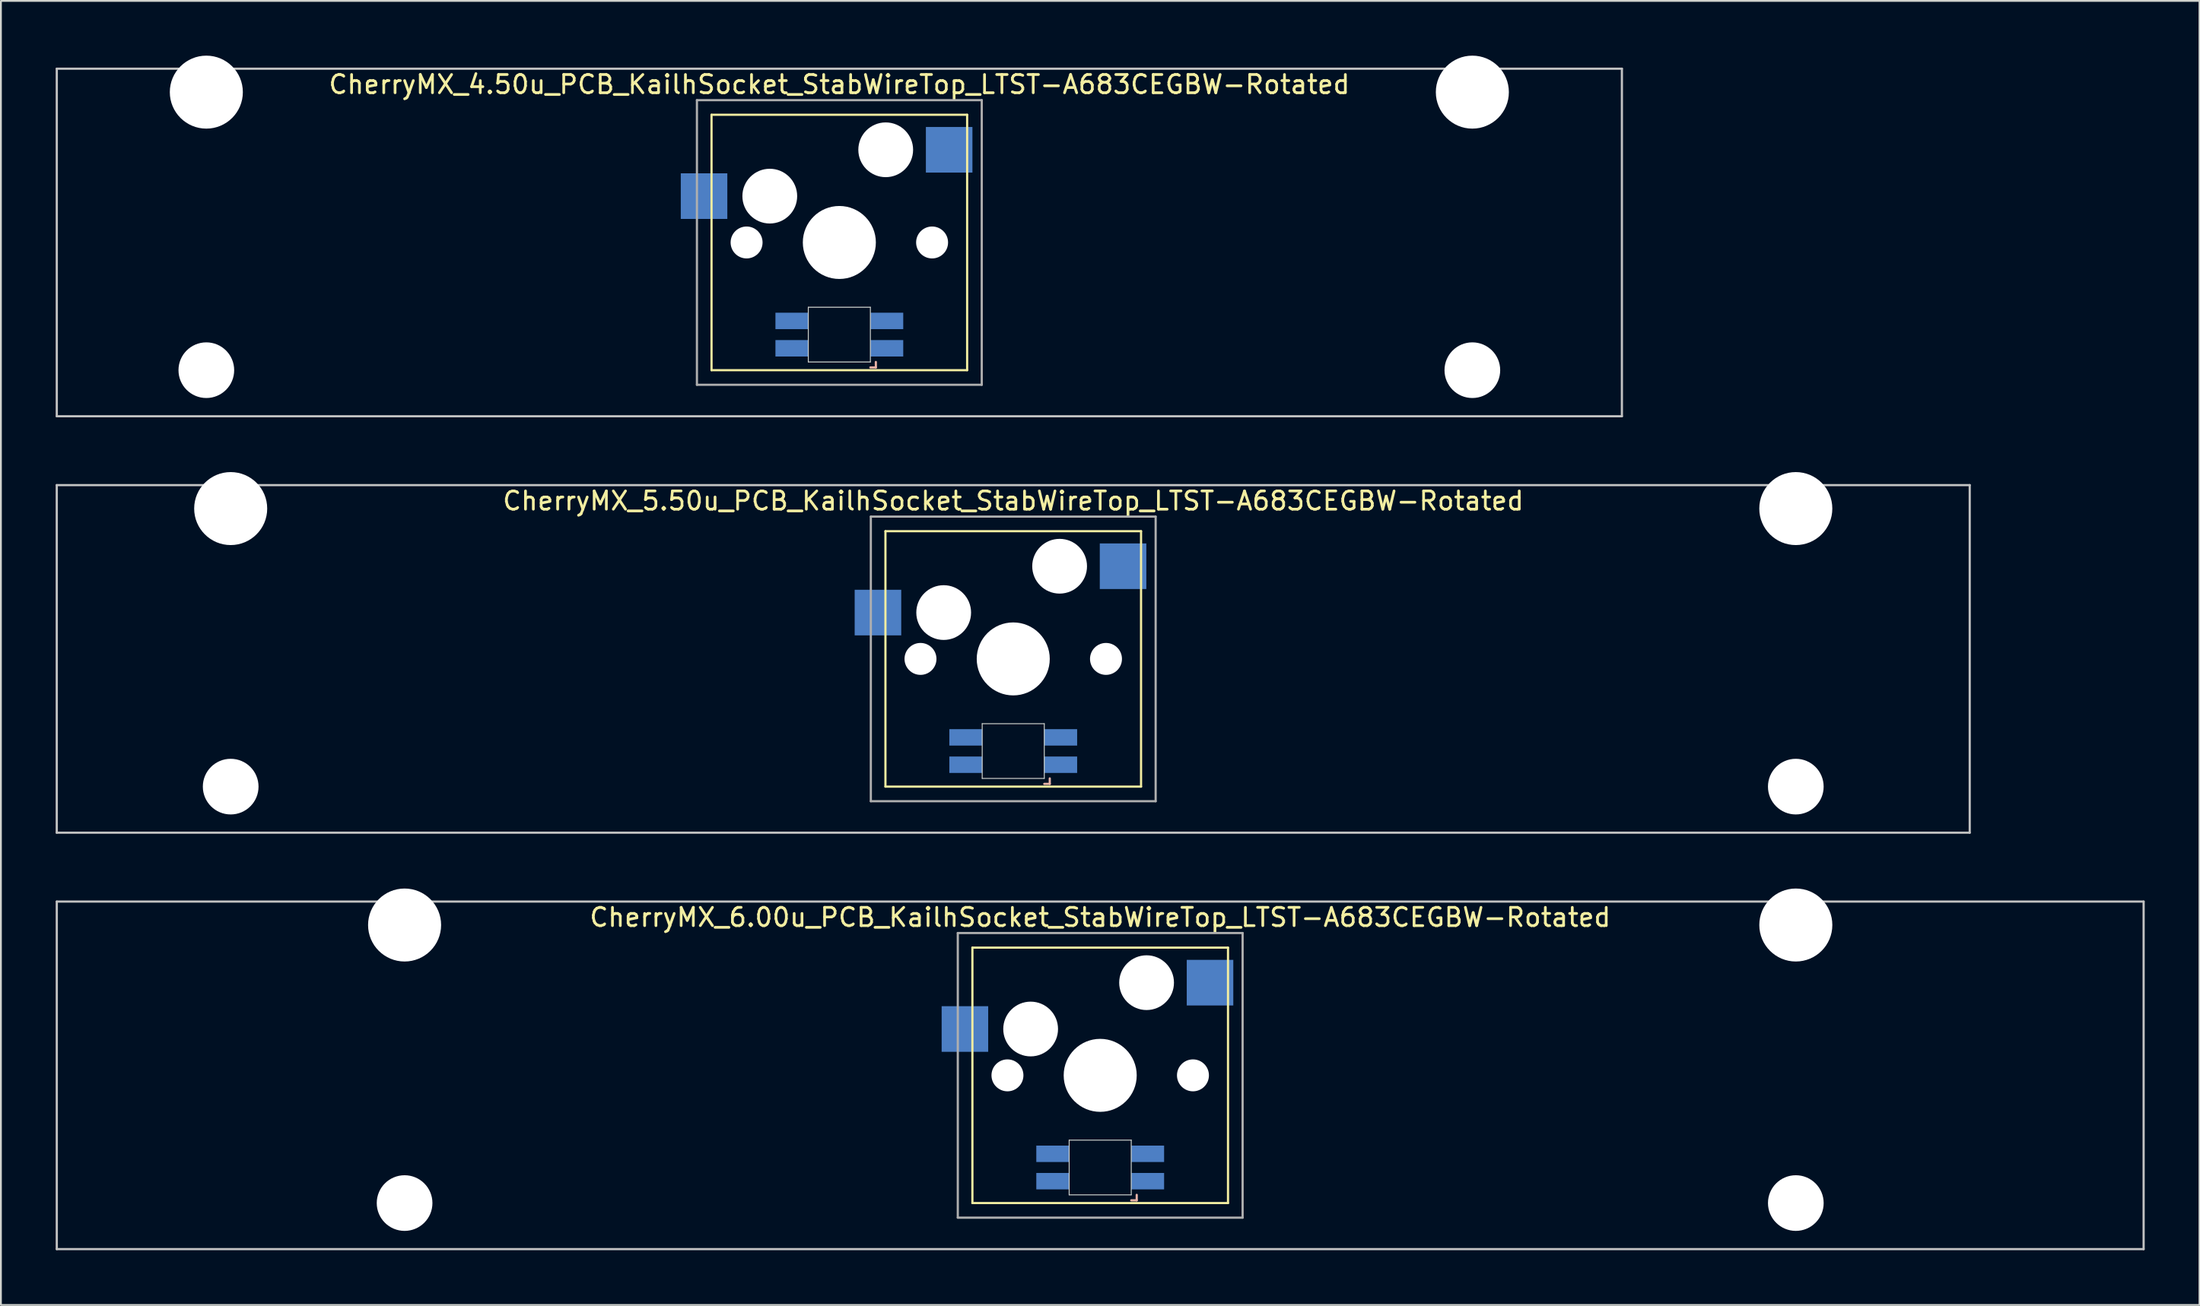
<source format=kicad_pcb>
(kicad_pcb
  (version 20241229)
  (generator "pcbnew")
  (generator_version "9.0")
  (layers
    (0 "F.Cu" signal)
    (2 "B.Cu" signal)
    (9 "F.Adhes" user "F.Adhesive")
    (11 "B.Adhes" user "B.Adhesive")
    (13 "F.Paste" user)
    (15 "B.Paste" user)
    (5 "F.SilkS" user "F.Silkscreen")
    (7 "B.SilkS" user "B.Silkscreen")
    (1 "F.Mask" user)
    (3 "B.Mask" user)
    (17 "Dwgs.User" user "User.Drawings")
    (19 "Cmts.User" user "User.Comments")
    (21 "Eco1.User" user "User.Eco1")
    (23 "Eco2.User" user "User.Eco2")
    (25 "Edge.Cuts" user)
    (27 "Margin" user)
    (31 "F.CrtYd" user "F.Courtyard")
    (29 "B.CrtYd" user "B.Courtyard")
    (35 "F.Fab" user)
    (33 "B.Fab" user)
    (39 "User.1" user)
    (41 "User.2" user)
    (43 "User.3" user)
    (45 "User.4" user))
  (footprint "CherryMX_5.50u_PCB_KailhSocket_StabWireTop_LTST-A683CEGBW-Rotated"
    (layer "F.Cu")
    (at 52.447 33.065)
    (property "Reference" "CherryMX_5.50u_PCB_KailhSocket_StabWireTop_LTST-A683CEGBW-Rotated" (at 0 -8.662 0) (layer "F.SilkS") (effects (font (size 1 1) (thickness 0.15))))
    (attr through_hole)
    (fp_line (start -7 -7) (end -7 7) (stroke (width 0.12) (type solid)) (layer "F.SilkS"))
    (fp_line (start -7 -7) (end 7 -7) (stroke (width 0.12) (type solid)) (layer "F.SilkS"))
    (fp_line (start 7 -7) (end 7 7) (stroke (width 0.12) (type solid)) (layer "F.SilkS"))
    (fp_line (start 7 7) (end -7 7) (stroke (width 0.12) (type solid)) (layer "F.SilkS"))
    (fp_line (start 1.7 6.85) (end 2 6.85) (stroke (width 0.12) (type solid)) (layer "B.SilkS"))
    (fp_line (start 2 6.85) (end 2 6.55) (stroke (width 0.12) (type solid)) (layer "B.SilkS"))
    (fp_line (start -52.388 -9.525) (end 52.388 -9.525) (stroke (width 0.12) (type solid)) (layer "Dwgs.User"))
    (fp_line (start -52.388 9.525) (end -52.388 -9.525) (stroke (width 0.12) (type solid)) (layer "Dwgs.User"))
    (fp_line (start 52.388 -9.525) (end 52.388 9.525) (stroke (width 0.12) (type solid)) (layer "Dwgs.User"))
    (fp_line (start 52.388 9.525) (end -52.388 9.525) (stroke (width 0.12) (type solid)) (layer "Dwgs.User"))
    (fp_line (start -1.7 3.55) (end 1.7 3.55) (stroke (width 0.05) (type solid)) (layer "Edge.Cuts"))
    (fp_line (start -1.7 6.55) (end -1.7 3.55) (stroke (width 0.05) (type solid)) (layer "Edge.Cuts"))
    (fp_line (start 1.7 3.55) (end 1.7 6.55) (stroke (width 0.05) (type solid)) (layer "Edge.Cuts"))
    (fp_line (start 1.7 6.55) (end -1.7 6.55) (stroke (width 0.05) (type solid)) (layer "Edge.Cuts"))
    (fp_line (start -7.8 -7.8) (end -7.8 7.8) (stroke (width 0.12) (type solid)) (layer "F.Fab"))
    (fp_line (start -7.8 -7.8) (end 7.8 -7.8) (stroke (width 0.12) (type solid)) (layer "F.Fab"))
    (fp_line (start -7.8 7.8) (end 7.8 7.8) (stroke (width 0.12) (type solid)) (layer "F.Fab"))
    (fp_line (start 7.8 -7.8) (end 7.8 7.8) (stroke (width 0.12) (type solid)) (layer "F.Fab"))
    (pad "" np_thru_hole circle (at -42.862 -8.24) (size 4 4) (drill 4) (layers "*.Cu" "*.Mask"))
    (pad "" np_thru_hole circle (at -42.862 7) (size 3.05 3.05) (drill 3.05) (layers "*.Cu" "*.Mask"))
    (pad "" np_thru_hole circle (at -5.08 0) (size 1.75 1.75) (drill 1.75) (layers "*.Cu" "*.Mask"))
    (pad "" np_thru_hole circle (at -3.81 -2.54) (size 3 3) (drill 3) (layers "*.Cu" "*.Mask"))
    (pad "" np_thru_hole circle (at 0 0) (size 4 4) (drill 4) (layers "*.Cu" "*.Mask"))
    (pad "" np_thru_hole circle (at 2.54 -5.08) (size 3 3) (drill 3) (layers "*.Cu" "*.Mask"))
    (pad "" np_thru_hole circle (at 5.08 0) (size 1.75 1.75) (drill 1.75) (layers "*.Cu" "*.Mask"))
    (pad "" np_thru_hole circle (at 42.862 -8.24) (size 4 4) (drill 4) (layers "*.Cu" "*.Mask"))
    (pad "" np_thru_hole circle (at 42.862 7) (size 3.05 3.05) (drill 3.05) (layers "*.Cu" "*.Mask"))
    (pad "1" smd rect (at -7.41 -2.54) (size 2.55 2.5) (layers "B.Cu" "B.Mask" "B.Paste"))
    (pad "2" smd rect (at 6.015 -5.08) (size 2.55 2.5) (layers "B.Cu" "B.Mask" "B.Paste"))
    (pad "3" smd rect (at 2.6 5.8) (size 1.8 0.9) (layers "B.Cu" "B.Mask" "B.Paste"))
    (pad "4" smd rect (at 2.6 4.3) (size 1.8 0.9) (layers "B.Cu" "B.Mask" "B.Paste"))
    (pad "5" smd rect (at -2.6 5.8) (size 1.8 0.9) (layers "B.Cu" "B.Mask" "B.Paste"))
    (pad "6" smd rect (at -2.6 4.3) (size 1.8 0.9) (layers "B.Cu" "B.Mask" "B.Paste")))
  (footprint "CherryMX_6.00u_PCB_KailhSocket_StabWireTop_LTST-A683CEGBW-Rotated"
    (layer "F.Cu")
    (at 57.21 55.89)
    (property "Reference" "CherryMX_6.00u_PCB_KailhSocket_StabWireTop_LTST-A683CEGBW-Rotated" (at 0 -8.662 0) (layer "F.SilkS") (effects (font (size 1 1) (thickness 0.15))))
    (attr through_hole)
    (fp_line (start -7 -7) (end -7 7) (stroke (width 0.12) (type solid)) (layer "F.SilkS"))
    (fp_line (start -7 -7) (end 7 -7) (stroke (width 0.12) (type solid)) (layer "F.SilkS"))
    (fp_line (start 7 -7) (end 7 7) (stroke (width 0.12) (type solid)) (layer "F.SilkS"))
    (fp_line (start 7 7) (end -7 7) (stroke (width 0.12) (type solid)) (layer "F.SilkS"))
    (fp_line (start 1.7 6.85) (end 2 6.85) (stroke (width 0.12) (type solid)) (layer "B.SilkS"))
    (fp_line (start 2 6.85) (end 2 6.55) (stroke (width 0.12) (type solid)) (layer "B.SilkS"))
    (fp_line (start -57.15 -9.525) (end 57.15 -9.525) (stroke (width 0.12) (type solid)) (layer "Dwgs.User"))
    (fp_line (start -57.15 9.525) (end -57.15 -9.525) (stroke (width 0.12) (type solid)) (layer "Dwgs.User"))
    (fp_line (start 57.15 -9.525) (end 57.15 9.525) (stroke (width 0.12) (type solid)) (layer "Dwgs.User"))
    (fp_line (start 57.15 9.525) (end -57.15 9.525) (stroke (width 0.12) (type solid)) (layer "Dwgs.User"))
    (fp_line (start -1.7 3.55) (end 1.7 3.55) (stroke (width 0.05) (type solid)) (layer "Edge.Cuts"))
    (fp_line (start -1.7 6.55) (end -1.7 3.55) (stroke (width 0.05) (type solid)) (layer "Edge.Cuts"))
    (fp_line (start 1.7 3.55) (end 1.7 6.55) (stroke (width 0.05) (type solid)) (layer "Edge.Cuts"))
    (fp_line (start 1.7 6.55) (end -1.7 6.55) (stroke (width 0.05) (type solid)) (layer "Edge.Cuts"))
    (fp_line (start -7.8 -7.8) (end -7.8 7.8) (stroke (width 0.12) (type solid)) (layer "F.Fab"))
    (fp_line (start -7.8 -7.8) (end 7.8 -7.8) (stroke (width 0.12) (type solid)) (layer "F.Fab"))
    (fp_line (start -7.8 7.8) (end 7.8 7.8) (stroke (width 0.12) (type solid)) (layer "F.Fab"))
    (fp_line (start 7.8 -7.8) (end 7.8 7.8) (stroke (width 0.12) (type solid)) (layer "F.Fab"))
    (pad "" np_thru_hole circle (at -38.1 -8.24) (size 4 4) (drill 4) (layers "*.Cu" "*.Mask"))
    (pad "" np_thru_hole circle (at -38.1 7) (size 3.05 3.05) (drill 3.05) (layers "*.Cu" "*.Mask"))
    (pad "" np_thru_hole circle (at -5.08 0) (size 1.75 1.75) (drill 1.75) (layers "*.Cu" "*.Mask"))
    (pad "" np_thru_hole circle (at -3.81 -2.54) (size 3 3) (drill 3) (layers "*.Cu" "*.Mask"))
    (pad "" np_thru_hole circle (at 0 0) (size 4 4) (drill 4) (layers "*.Cu" "*.Mask"))
    (pad "" np_thru_hole circle (at 2.54 -5.08) (size 3 3) (drill 3) (layers "*.Cu" "*.Mask"))
    (pad "" np_thru_hole circle (at 5.08 0) (size 1.75 1.75) (drill 1.75) (layers "*.Cu" "*.Mask"))
    (pad "" np_thru_hole circle (at 38.1 -8.24) (size 4 4) (drill 4) (layers "*.Cu" "*.Mask"))
    (pad "" np_thru_hole circle (at 38.1 7) (size 3.05 3.05) (drill 3.05) (layers "*.Cu" "*.Mask"))
    (pad "1" smd rect (at -7.41 -2.54) (size 2.55 2.5) (layers "B.Cu" "B.Mask" "B.Paste"))
    (pad "2" smd rect (at 6.015 -5.08) (size 2.55 2.5) (layers "B.Cu" "B.Mask" "B.Paste"))
    (pad "3" smd rect (at 2.6 5.8) (size 1.8 0.9) (layers "B.Cu" "B.Mask" "B.Paste"))
    (pad "4" smd rect (at 2.6 4.3) (size 1.8 0.9) (layers "B.Cu" "B.Mask" "B.Paste"))
    (pad "5" smd rect (at -2.6 5.8) (size 1.8 0.9) (layers "B.Cu" "B.Mask" "B.Paste"))
    (pad "6" smd rect (at -2.6 4.3) (size 1.8 0.9) (layers "B.Cu" "B.Mask" "B.Paste")))
  (footprint "CherryMX_4.50u_PCB_KailhSocket_StabWireTop_LTST-A683CEGBW-Rotated"
    (layer "F.Cu")
    (at 42.922 10.24)
    (property "Reference" "CherryMX_4.50u_PCB_KailhSocket_StabWireTop_LTST-A683CEGBW-Rotated" (at 0 -8.662 0) (layer "F.SilkS") (effects (font (size 1 1) (thickness 0.15))))
    (attr through_hole)
    (fp_line (start -7 -7) (end -7 7) (stroke (width 0.12) (type solid)) (layer "F.SilkS"))
    (fp_line (start -7 -7) (end 7 -7) (stroke (width 0.12) (type solid)) (layer "F.SilkS"))
    (fp_line (start 7 -7) (end 7 7) (stroke (width 0.12) (type solid)) (layer "F.SilkS"))
    (fp_line (start 7 7) (end -7 7) (stroke (width 0.12) (type solid)) (layer "F.SilkS"))
    (fp_line (start 1.7 6.85) (end 2 6.85) (stroke (width 0.12) (type solid)) (layer "B.SilkS"))
    (fp_line (start 2 6.85) (end 2 6.55) (stroke (width 0.12) (type solid)) (layer "B.SilkS"))
    (fp_line (start -42.862 -9.525) (end 42.862 -9.525) (stroke (width 0.12) (type solid)) (layer "Dwgs.User"))
    (fp_line (start -42.862 9.525) (end -42.862 -9.525) (stroke (width 0.12) (type solid)) (layer "Dwgs.User"))
    (fp_line (start 42.862 -9.525) (end 42.862 9.525) (stroke (width 0.12) (type solid)) (layer "Dwgs.User"))
    (fp_line (start 42.862 9.525) (end -42.862 9.525) (stroke (width 0.12) (type solid)) (layer "Dwgs.User"))
    (fp_line (start -1.7 3.55) (end 1.7 3.55) (stroke (width 0.05) (type solid)) (layer "Edge.Cuts"))
    (fp_line (start -1.7 6.55) (end -1.7 3.55) (stroke (width 0.05) (type solid)) (layer "Edge.Cuts"))
    (fp_line (start 1.7 3.55) (end 1.7 6.55) (stroke (width 0.05) (type solid)) (layer "Edge.Cuts"))
    (fp_line (start 1.7 6.55) (end -1.7 6.55) (stroke (width 0.05) (type solid)) (layer "Edge.Cuts"))
    (fp_line (start -7.8 -7.8) (end -7.8 7.8) (stroke (width 0.12) (type solid)) (layer "F.Fab"))
    (fp_line (start -7.8 -7.8) (end 7.8 -7.8) (stroke (width 0.12) (type solid)) (layer "F.Fab"))
    (fp_line (start -7.8 7.8) (end 7.8 7.8) (stroke (width 0.12) (type solid)) (layer "F.Fab"))
    (fp_line (start 7.8 -7.8) (end 7.8 7.8) (stroke (width 0.12) (type solid)) (layer "F.Fab"))
    (pad "" np_thru_hole circle (at -34.671 -8.24) (size 4 4) (drill 4) (layers "*.Cu" "*.Mask"))
    (pad "" np_thru_hole circle (at -34.671 7) (size 3.05 3.05) (drill 3.05) (layers "*.Cu" "*.Mask"))
    (pad "" np_thru_hole circle (at -5.08 0) (size 1.75 1.75) (drill 1.75) (layers "*.Cu" "*.Mask"))
    (pad "" np_thru_hole circle (at -3.81 -2.54) (size 3 3) (drill 3) (layers "*.Cu" "*.Mask"))
    (pad "" np_thru_hole circle (at 0 0) (size 4 4) (drill 4) (layers "*.Cu" "*.Mask"))
    (pad "" np_thru_hole circle (at 2.54 -5.08) (size 3 3) (drill 3) (layers "*.Cu" "*.Mask"))
    (pad "" np_thru_hole circle (at 5.08 0) (size 1.75 1.75) (drill 1.75) (layers "*.Cu" "*.Mask"))
    (pad "" np_thru_hole circle (at 34.671 -8.24) (size 4 4) (drill 4) (layers "*.Cu" "*.Mask"))
    (pad "" np_thru_hole circle (at 34.671 7) (size 3.05 3.05) (drill 3.05) (layers "*.Cu" "*.Mask"))
    (pad "1" smd rect (at -7.41 -2.54) (size 2.55 2.5) (layers "B.Cu" "B.Mask" "B.Paste"))
    (pad "2" smd rect (at 6.015 -5.08) (size 2.55 2.5) (layers "B.Cu" "B.Mask" "B.Paste"))
    (pad "3" smd rect (at 2.6 5.8) (size 1.8 0.9) (layers "B.Cu" "B.Mask" "B.Paste"))
    (pad "4" smd rect (at 2.6 4.3) (size 1.8 0.9) (layers "B.Cu" "B.Mask" "B.Paste"))
    (pad "5" smd rect (at -2.6 5.8) (size 1.8 0.9) (layers "B.Cu" "B.Mask" "B.Paste"))
    (pad "6" smd rect (at -2.6 4.3) (size 1.8 0.9) (layers "B.Cu" "B.Mask" "B.Paste")))
  (gr_rect
    (start -3 -3)
    (end 117.42 68.475)
    (stroke (width 0.1) (type default))
    (fill no)
    (layer "Edge.Cuts")))
</source>
